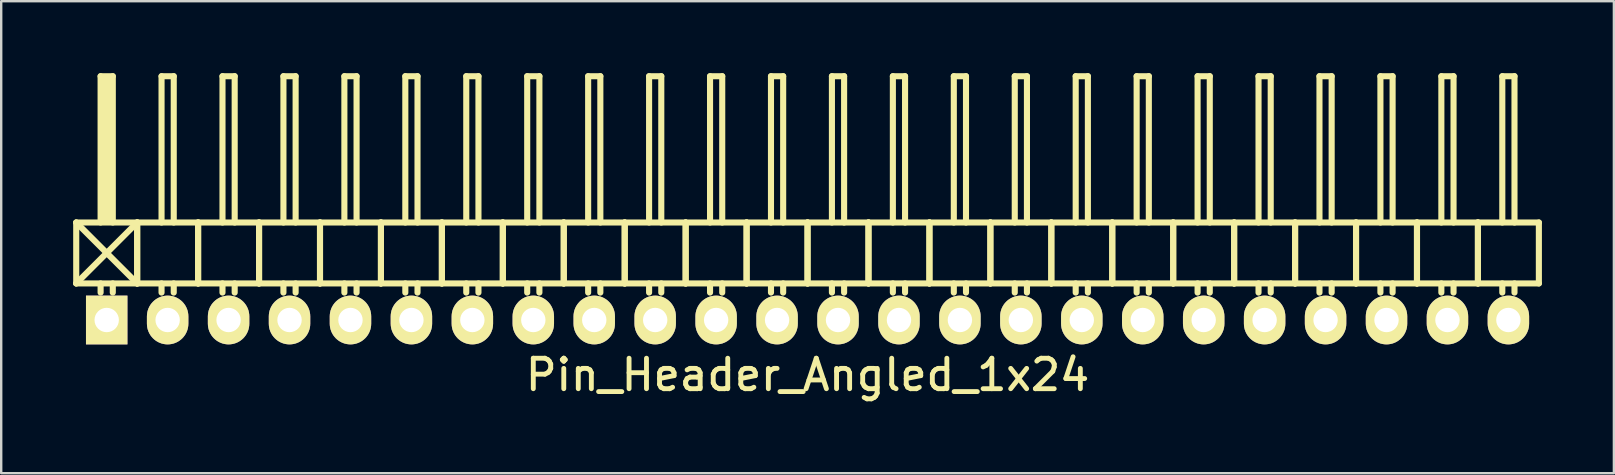
<source format=kicad_pcb>
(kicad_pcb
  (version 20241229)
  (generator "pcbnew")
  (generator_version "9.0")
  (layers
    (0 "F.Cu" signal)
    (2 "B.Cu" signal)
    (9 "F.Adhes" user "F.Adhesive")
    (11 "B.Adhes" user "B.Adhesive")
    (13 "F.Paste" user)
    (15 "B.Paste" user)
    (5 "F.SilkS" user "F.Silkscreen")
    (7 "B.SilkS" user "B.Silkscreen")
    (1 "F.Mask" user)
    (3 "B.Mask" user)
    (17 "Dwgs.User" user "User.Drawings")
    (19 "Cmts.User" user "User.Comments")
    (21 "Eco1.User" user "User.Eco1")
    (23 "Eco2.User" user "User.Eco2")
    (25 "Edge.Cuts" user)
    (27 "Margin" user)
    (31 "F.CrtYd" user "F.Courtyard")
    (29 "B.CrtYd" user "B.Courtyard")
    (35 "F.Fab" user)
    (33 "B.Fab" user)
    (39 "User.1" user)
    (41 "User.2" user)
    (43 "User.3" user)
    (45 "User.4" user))
  (footprint "Pin_Header_Angled_1x24"
    (layer "F.Cu")
    (at 30.607 10.287)
    (property "Reference" "Pin_Header_Angled_1x24" (at 0 2.286 0) (layer "F.SilkS") (effects (font (size 1.27 1.27) (thickness 0.203))))
    (attr through_hole)
    (fp_line (start -30.48 -4.064) (end -27.94 -1.524) (stroke (width 0.254) (type solid)) (layer "F.SilkS"))
    (fp_line (start -30.48 -1.524) (end -30.48 -4.064) (stroke (width 0.254) (type solid)) (layer "F.SilkS"))
    (fp_line (start -30.48 -1.524) (end -27.94 -1.524) (stroke (width 0.254) (type solid)) (layer "F.SilkS"))
    (fp_line (start -29.464 -10.16) (end -28.956 -10.16) (stroke (width 0.254) (type solid)) (layer "F.SilkS"))
    (fp_line (start -29.464 -4.064) (end -29.464 -10.16) (stroke (width 0.254) (type solid)) (layer "F.SilkS"))
    (fp_line (start -29.464 -1.524) (end -29.464 -1.143) (stroke (width 0.254) (type solid)) (layer "F.SilkS"))
    (fp_line (start -29.337 -10.033) (end -29.083 -10.033) (stroke (width 0.254) (type solid)) (layer "F.SilkS"))
    (fp_line (start -29.337 -4.191) (end -29.337 -10.033) (stroke (width 0.254) (type solid)) (layer "F.SilkS"))
    (fp_line (start -29.21 -4.191) (end -29.21 -10.033) (stroke (width 0.254) (type solid)) (layer "F.SilkS"))
    (fp_line (start -29.083 -10.033) (end -29.083 -4.191) (stroke (width 0.254) (type solid)) (layer "F.SilkS"))
    (fp_line (start -29.083 -4.191) (end -29.21 -4.191) (stroke (width 0.254) (type solid)) (layer "F.SilkS"))
    (fp_line (start -28.956 -10.16) (end -28.956 -4.064) (stroke (width 0.254) (type solid)) (layer "F.SilkS"))
    (fp_line (start -28.956 -1.524) (end -28.956 -1.143) (stroke (width 0.254) (type solid)) (layer "F.SilkS"))
    (fp_line (start -27.94 -4.064) (end -30.48 -4.064) (stroke (width 0.254) (type solid)) (layer "F.SilkS"))
    (fp_line (start -27.94 -4.064) (end -30.48 -1.524) (stroke (width 0.254) (type solid)) (layer "F.SilkS"))
    (fp_line (start -27.94 -1.524) (end -27.94 -4.064) (stroke (width 0.254) (type solid)) (layer "F.SilkS"))
    (fp_line (start -27.94 -1.524) (end -27.94 -4.064) (stroke (width 0.254) (type solid)) (layer "F.SilkS"))
    (fp_line (start -27.94 -1.524) (end -25.4 -1.524) (stroke (width 0.254) (type solid)) (layer "F.SilkS"))
    (fp_line (start -26.924 -10.16) (end -26.416 -10.16) (stroke (width 0.254) (type solid)) (layer "F.SilkS"))
    (fp_line (start -26.924 -4.064) (end -26.924 -10.16) (stroke (width 0.254) (type solid)) (layer "F.SilkS"))
    (fp_line (start -26.924 -1.524) (end -26.924 -1.143) (stroke (width 0.254) (type solid)) (layer "F.SilkS"))
    (fp_line (start -26.416 -10.16) (end -26.416 -4.064) (stroke (width 0.254) (type solid)) (layer "F.SilkS"))
    (fp_line (start -26.416 -1.524) (end -26.416 -1.143) (stroke (width 0.254) (type solid)) (layer "F.SilkS"))
    (fp_line (start -25.4 -4.064) (end -27.94 -4.064) (stroke (width 0.254) (type solid)) (layer "F.SilkS"))
    (fp_line (start -25.4 -1.524) (end -25.4 -4.064) (stroke (width 0.254) (type solid)) (layer "F.SilkS"))
    (fp_line (start -25.4 -1.524) (end -25.4 -4.064) (stroke (width 0.254) (type solid)) (layer "F.SilkS"))
    (fp_line (start -25.4 -1.524) (end -22.86 -1.524) (stroke (width 0.254) (type solid)) (layer "F.SilkS"))
    (fp_line (start -24.384 -10.16) (end -23.876 -10.16) (stroke (width 0.254) (type solid)) (layer "F.SilkS"))
    (fp_line (start -24.384 -4.064) (end -24.384 -10.16) (stroke (width 0.254) (type solid)) (layer "F.SilkS"))
    (fp_line (start -24.384 -1.524) (end -24.384 -1.143) (stroke (width 0.254) (type solid)) (layer "F.SilkS"))
    (fp_line (start -23.876 -10.16) (end -23.876 -4.064) (stroke (width 0.254) (type solid)) (layer "F.SilkS"))
    (fp_line (start -23.876 -1.524) (end -23.876 -1.143) (stroke (width 0.254) (type solid)) (layer "F.SilkS"))
    (fp_line (start -22.86 -4.064) (end -25.4 -4.064) (stroke (width 0.254) (type solid)) (layer "F.SilkS"))
    (fp_line (start -22.86 -1.524) (end -22.86 -4.064) (stroke (width 0.254) (type solid)) (layer "F.SilkS"))
    (fp_line (start -22.86 -1.524) (end -22.86 -4.064) (stroke (width 0.254) (type solid)) (layer "F.SilkS"))
    (fp_line (start -22.86 -1.524) (end -20.32 -1.524) (stroke (width 0.254) (type solid)) (layer "F.SilkS"))
    (fp_line (start -21.844 -10.16) (end -21.336 -10.16) (stroke (width 0.254) (type solid)) (layer "F.SilkS"))
    (fp_line (start -21.844 -4.064) (end -21.844 -10.16) (stroke (width 0.254) (type solid)) (layer "F.SilkS"))
    (fp_line (start -21.844 -1.524) (end -21.844 -1.143) (stroke (width 0.254) (type solid)) (layer "F.SilkS"))
    (fp_line (start -21.336 -10.16) (end -21.336 -4.064) (stroke (width 0.254) (type solid)) (layer "F.SilkS"))
    (fp_line (start -21.336 -1.524) (end -21.336 -1.143) (stroke (width 0.254) (type solid)) (layer "F.SilkS"))
    (fp_line (start -20.32 -4.064) (end -22.86 -4.064) (stroke (width 0.254) (type solid)) (layer "F.SilkS"))
    (fp_line (start -20.32 -1.524) (end -20.32 -4.064) (stroke (width 0.254) (type solid)) (layer "F.SilkS"))
    (fp_line (start -20.32 -1.524) (end -20.32 -4.064) (stroke (width 0.254) (type solid)) (layer "F.SilkS"))
    (fp_line (start -20.32 -1.524) (end -17.78 -1.524) (stroke (width 0.254) (type solid)) (layer "F.SilkS"))
    (fp_line (start -19.304 -10.16) (end -18.796 -10.16) (stroke (width 0.254) (type solid)) (layer "F.SilkS"))
    (fp_line (start -19.304 -4.064) (end -19.304 -10.16) (stroke (width 0.254) (type solid)) (layer "F.SilkS"))
    (fp_line (start -19.304 -1.524) (end -19.304 -1.143) (stroke (width 0.254) (type solid)) (layer "F.SilkS"))
    (fp_line (start -18.796 -10.16) (end -18.796 -4.064) (stroke (width 0.254) (type solid)) (layer "F.SilkS"))
    (fp_line (start -18.796 -1.524) (end -18.796 -1.143) (stroke (width 0.254) (type solid)) (layer "F.SilkS"))
    (fp_line (start -17.78 -4.064) (end -20.32 -4.064) (stroke (width 0.254) (type solid)) (layer "F.SilkS"))
    (fp_line (start -17.78 -1.524) (end -17.78 -4.064) (stroke (width 0.254) (type solid)) (layer "F.SilkS"))
    (fp_line (start -17.78 -1.524) (end -17.78 -4.064) (stroke (width 0.254) (type solid)) (layer "F.SilkS"))
    (fp_line (start -17.78 -1.524) (end -15.24 -1.524) (stroke (width 0.254) (type solid)) (layer "F.SilkS"))
    (fp_line (start -16.764 -10.16) (end -16.256 -10.16) (stroke (width 0.254) (type solid)) (layer "F.SilkS"))
    (fp_line (start -16.764 -4.064) (end -16.764 -10.16) (stroke (width 0.254) (type solid)) (layer "F.SilkS"))
    (fp_line (start -16.764 -1.524) (end -16.764 -1.143) (stroke (width 0.254) (type solid)) (layer "F.SilkS"))
    (fp_line (start -16.256 -10.16) (end -16.256 -4.064) (stroke (width 0.254) (type solid)) (layer "F.SilkS"))
    (fp_line (start -16.256 -1.524) (end -16.256 -1.143) (stroke (width 0.254) (type solid)) (layer "F.SilkS"))
    (fp_line (start -15.24 -4.064) (end -17.78 -4.064) (stroke (width 0.254) (type solid)) (layer "F.SilkS"))
    (fp_line (start -15.24 -1.524) (end -15.24 -4.064) (stroke (width 0.254) (type solid)) (layer "F.SilkS"))
    (fp_line (start -15.24 -1.524) (end -15.24 -4.064) (stroke (width 0.254) (type solid)) (layer "F.SilkS"))
    (fp_line (start -15.24 -1.524) (end -12.7 -1.524) (stroke (width 0.254) (type solid)) (layer "F.SilkS"))
    (fp_line (start -14.224 -10.16) (end -13.716 -10.16) (stroke (width 0.254) (type solid)) (layer "F.SilkS"))
    (fp_line (start -14.224 -4.064) (end -14.224 -10.16) (stroke (width 0.254) (type solid)) (layer "F.SilkS"))
    (fp_line (start -14.224 -1.524) (end -14.224 -1.143) (stroke (width 0.254) (type solid)) (layer "F.SilkS"))
    (fp_line (start -13.716 -10.16) (end -13.716 -4.064) (stroke (width 0.254) (type solid)) (layer "F.SilkS"))
    (fp_line (start -13.716 -1.524) (end -13.716 -1.143) (stroke (width 0.254) (type solid)) (layer "F.SilkS"))
    (fp_line (start -12.7 -4.064) (end -15.24 -4.064) (stroke (width 0.254) (type solid)) (layer "F.SilkS"))
    (fp_line (start -12.7 -1.524) (end -12.7 -4.064) (stroke (width 0.254) (type solid)) (layer "F.SilkS"))
    (fp_line (start -12.7 -1.524) (end -12.7 -4.064) (stroke (width 0.254) (type solid)) (layer "F.SilkS"))
    (fp_line (start -12.7 -1.524) (end -10.16 -1.524) (stroke (width 0.254) (type solid)) (layer "F.SilkS"))
    (fp_line (start -11.684 -10.16) (end -11.176 -10.16) (stroke (width 0.254) (type solid)) (layer "F.SilkS"))
    (fp_line (start -11.684 -4.064) (end -11.684 -10.16) (stroke (width 0.254) (type solid)) (layer "F.SilkS"))
    (fp_line (start -11.684 -1.524) (end -11.684 -1.143) (stroke (width 0.254) (type solid)) (layer "F.SilkS"))
    (fp_line (start -11.176 -10.16) (end -11.176 -4.064) (stroke (width 0.254) (type solid)) (layer "F.SilkS"))
    (fp_line (start -11.176 -1.524) (end -11.176 -1.143) (stroke (width 0.254) (type solid)) (layer "F.SilkS"))
    (fp_line (start -10.16 -4.064) (end -12.7 -4.064) (stroke (width 0.254) (type solid)) (layer "F.SilkS"))
    (fp_line (start -10.16 -1.524) (end -10.16 -4.064) (stroke (width 0.254) (type solid)) (layer "F.SilkS"))
    (fp_line (start -10.16 -1.524) (end -10.16 -4.064) (stroke (width 0.254) (type solid)) (layer "F.SilkS"))
    (fp_line (start -10.16 -1.524) (end -7.62 -1.524) (stroke (width 0.254) (type solid)) (layer "F.SilkS"))
    (fp_line (start -9.144 -10.16) (end -8.636 -10.16) (stroke (width 0.254) (type solid)) (layer "F.SilkS"))
    (fp_line (start -9.144 -4.064) (end -9.144 -10.16) (stroke (width 0.254) (type solid)) (layer "F.SilkS"))
    (fp_line (start -9.144 -1.524) (end -9.144 -1.143) (stroke (width 0.254) (type solid)) (layer "F.SilkS"))
    (fp_line (start -8.636 -10.16) (end -8.636 -4.064) (stroke (width 0.254) (type solid)) (layer "F.SilkS"))
    (fp_line (start -8.636 -1.524) (end -8.636 -1.143) (stroke (width 0.254) (type solid)) (layer "F.SilkS"))
    (fp_line (start -7.62 -4.064) (end -10.16 -4.064) (stroke (width 0.254) (type solid)) (layer "F.SilkS"))
    (fp_line (start -7.62 -1.524) (end -7.62 -4.064) (stroke (width 0.254) (type solid)) (layer "F.SilkS"))
    (fp_line (start -7.62 -1.524) (end -7.62 -4.064) (stroke (width 0.254) (type solid)) (layer "F.SilkS"))
    (fp_line (start -7.62 -1.524) (end -5.08 -1.524) (stroke (width 0.254) (type solid)) (layer "F.SilkS"))
    (fp_line (start -6.604 -10.16) (end -6.096 -10.16) (stroke (width 0.254) (type solid)) (layer "F.SilkS"))
    (fp_line (start -6.604 -4.064) (end -6.604 -10.16) (stroke (width 0.254) (type solid)) (layer "F.SilkS"))
    (fp_line (start -6.604 -1.524) (end -6.604 -1.143) (stroke (width 0.254) (type solid)) (layer "F.SilkS"))
    (fp_line (start -6.096 -10.16) (end -6.096 -4.064) (stroke (width 0.254) (type solid)) (layer "F.SilkS"))
    (fp_line (start -6.096 -1.524) (end -6.096 -1.143) (stroke (width 0.254) (type solid)) (layer "F.SilkS"))
    (fp_line (start -5.08 -4.064) (end -7.62 -4.064) (stroke (width 0.254) (type solid)) (layer "F.SilkS"))
    (fp_line (start -5.08 -1.524) (end -5.08 -4.064) (stroke (width 0.254) (type solid)) (layer "F.SilkS"))
    (fp_line (start -5.08 -1.524) (end -5.08 -4.064) (stroke (width 0.254) (type solid)) (layer "F.SilkS"))
    (fp_line (start -5.08 -1.524) (end -2.54 -1.524) (stroke (width 0.254) (type solid)) (layer "F.SilkS"))
    (fp_line (start -4.064 -10.16) (end -3.556 -10.16) (stroke (width 0.254) (type solid)) (layer "F.SilkS"))
    (fp_line (start -4.064 -4.064) (end -4.064 -10.16) (stroke (width 0.254) (type solid)) (layer "F.SilkS"))
    (fp_line (start -4.064 -1.524) (end -4.064 -1.143) (stroke (width 0.254) (type solid)) (layer "F.SilkS"))
    (fp_line (start -3.556 -10.16) (end -3.556 -4.064) (stroke (width 0.254) (type solid)) (layer "F.SilkS"))
    (fp_line (start -3.556 -1.524) (end -3.556 -1.143) (stroke (width 0.254) (type solid)) (layer "F.SilkS"))
    (fp_line (start -2.54 -4.064) (end -5.08 -4.064) (stroke (width 0.254) (type solid)) (layer "F.SilkS"))
    (fp_line (start -2.54 -1.524) (end -2.54 -4.064) (stroke (width 0.254) (type solid)) (layer "F.SilkS"))
    (fp_line (start -2.54 -1.524) (end -2.54 -4.064) (stroke (width 0.254) (type solid)) (layer "F.SilkS"))
    (fp_line (start -2.54 -1.524) (end 0 -1.524) (stroke (width 0.254) (type solid)) (layer "F.SilkS"))
    (fp_line (start -1.524 -10.16) (end -1.016 -10.16) (stroke (width 0.254) (type solid)) (layer "F.SilkS"))
    (fp_line (start -1.524 -4.064) (end -1.524 -10.16) (stroke (width 0.254) (type solid)) (layer "F.SilkS"))
    (fp_line (start -1.524 -1.524) (end -1.524 -1.143) (stroke (width 0.254) (type solid)) (layer "F.SilkS"))
    (fp_line (start -1.016 -10.16) (end -1.016 -4.064) (stroke (width 0.254) (type solid)) (layer "F.SilkS"))
    (fp_line (start -1.016 -1.524) (end -1.016 -1.143) (stroke (width 0.254) (type solid)) (layer "F.SilkS"))
    (fp_line (start 0 -4.064) (end -2.54 -4.064) (stroke (width 0.254) (type solid)) (layer "F.SilkS"))
    (fp_line (start 0 -1.524) (end 0 -4.064) (stroke (width 0.254) (type solid)) (layer "F.SilkS"))
    (fp_line (start 0 -1.524) (end 0 -4.064) (stroke (width 0.254) (type solid)) (layer "F.SilkS"))
    (fp_line (start 0 -1.524) (end 2.54 -1.524) (stroke (width 0.254) (type solid)) (layer "F.SilkS"))
    (fp_line (start 1.016 -10.16) (end 1.524 -10.16) (stroke (width 0.254) (type solid)) (layer "F.SilkS"))
    (fp_line (start 1.016 -4.064) (end 1.016 -10.16) (stroke (width 0.254) (type solid)) (layer "F.SilkS"))
    (fp_line (start 1.016 -1.524) (end 1.016 -1.143) (stroke (width 0.254) (type solid)) (layer "F.SilkS"))
    (fp_line (start 1.524 -10.16) (end 1.524 -4.064) (stroke (width 0.254) (type solid)) (layer "F.SilkS"))
    (fp_line (start 1.524 -1.524) (end 1.524 -1.143) (stroke (width 0.254) (type solid)) (layer "F.SilkS"))
    (fp_line (start 2.54 -4.064) (end 0 -4.064) (stroke (width 0.254) (type solid)) (layer "F.SilkS"))
    (fp_line (start 2.54 -1.524) (end 2.54 -4.064) (stroke (width 0.254) (type solid)) (layer "F.SilkS"))
    (fp_line (start 2.54 -1.524) (end 2.54 -4.064) (stroke (width 0.254) (type solid)) (layer "F.SilkS"))
    (fp_line (start 2.54 -1.524) (end 5.08 -1.524) (stroke (width 0.254) (type solid)) (layer "F.SilkS"))
    (fp_line (start 3.556 -10.16) (end 4.064 -10.16) (stroke (width 0.254) (type solid)) (layer "F.SilkS"))
    (fp_line (start 3.556 -4.064) (end 3.556 -10.16) (stroke (width 0.254) (type solid)) (layer "F.SilkS"))
    (fp_line (start 3.556 -1.524) (end 3.556 -1.143) (stroke (width 0.254) (type solid)) (layer "F.SilkS"))
    (fp_line (start 4.064 -10.16) (end 4.064 -4.064) (stroke (width 0.254) (type solid)) (layer "F.SilkS"))
    (fp_line (start 4.064 -1.524) (end 4.064 -1.143) (stroke (width 0.254) (type solid)) (layer "F.SilkS"))
    (fp_line (start 5.08 -4.064) (end 2.54 -4.064) (stroke (width 0.254) (type solid)) (layer "F.SilkS"))
    (fp_line (start 5.08 -1.524) (end 5.08 -4.064) (stroke (width 0.254) (type solid)) (layer "F.SilkS"))
    (fp_line (start 5.08 -1.524) (end 5.08 -4.064) (stroke (width 0.254) (type solid)) (layer "F.SilkS"))
    (fp_line (start 5.08 -1.524) (end 7.62 -1.524) (stroke (width 0.254) (type solid)) (layer "F.SilkS"))
    (fp_line (start 6.096 -10.16) (end 6.604 -10.16) (stroke (width 0.254) (type solid)) (layer "F.SilkS"))
    (fp_line (start 6.096 -4.064) (end 6.096 -10.16) (stroke (width 0.254) (type solid)) (layer "F.SilkS"))
    (fp_line (start 6.096 -1.524) (end 6.096 -1.143) (stroke (width 0.254) (type solid)) (layer "F.SilkS"))
    (fp_line (start 6.604 -10.16) (end 6.604 -4.064) (stroke (width 0.254) (type solid)) (layer "F.SilkS"))
    (fp_line (start 6.604 -1.524) (end 6.604 -1.143) (stroke (width 0.254) (type solid)) (layer "F.SilkS"))
    (fp_line (start 7.62 -4.064) (end 5.08 -4.064) (stroke (width 0.254) (type solid)) (layer "F.SilkS"))
    (fp_line (start 7.62 -1.524) (end 7.62 -4.064) (stroke (width 0.254) (type solid)) (layer "F.SilkS"))
    (fp_line (start 7.62 -1.524) (end 7.62 -4.064) (stroke (width 0.254) (type solid)) (layer "F.SilkS"))
    (fp_line (start 7.62 -1.524) (end 10.16 -1.524) (stroke (width 0.254) (type solid)) (layer "F.SilkS"))
    (fp_line (start 8.636 -10.16) (end 9.144 -10.16) (stroke (width 0.254) (type solid)) (layer "F.SilkS"))
    (fp_line (start 8.636 -4.064) (end 8.636 -10.16) (stroke (width 0.254) (type solid)) (layer "F.SilkS"))
    (fp_line (start 8.636 -1.524) (end 8.636 -1.143) (stroke (width 0.254) (type solid)) (layer "F.SilkS"))
    (fp_line (start 9.144 -10.16) (end 9.144 -4.064) (stroke (width 0.254) (type solid)) (layer "F.SilkS"))
    (fp_line (start 9.144 -1.524) (end 9.144 -1.143) (stroke (width 0.254) (type solid)) (layer "F.SilkS"))
    (fp_line (start 10.16 -4.064) (end 7.62 -4.064) (stroke (width 0.254) (type solid)) (layer "F.SilkS"))
    (fp_line (start 10.16 -1.524) (end 10.16 -4.064) (stroke (width 0.254) (type solid)) (layer "F.SilkS"))
    (fp_line (start 10.16 -1.524) (end 10.16 -4.064) (stroke (width 0.254) (type solid)) (layer "F.SilkS"))
    (fp_line (start 10.16 -1.524) (end 12.7 -1.524) (stroke (width 0.254) (type solid)) (layer "F.SilkS"))
    (fp_line (start 11.176 -10.16) (end 11.684 -10.16) (stroke (width 0.254) (type solid)) (layer "F.SilkS"))
    (fp_line (start 11.176 -4.064) (end 11.176 -10.16) (stroke (width 0.254) (type solid)) (layer "F.SilkS"))
    (fp_line (start 11.176 -1.524) (end 11.176 -1.143) (stroke (width 0.254) (type solid)) (layer "F.SilkS"))
    (fp_line (start 11.684 -10.16) (end 11.684 -4.064) (stroke (width 0.254) (type solid)) (layer "F.SilkS"))
    (fp_line (start 11.684 -1.524) (end 11.684 -1.143) (stroke (width 0.254) (type solid)) (layer "F.SilkS"))
    (fp_line (start 12.7 -4.064) (end 10.16 -4.064) (stroke (width 0.254) (type solid)) (layer "F.SilkS"))
    (fp_line (start 12.7 -1.524) (end 12.7 -4.064) (stroke (width 0.254) (type solid)) (layer "F.SilkS"))
    (fp_line (start 12.7 -1.524) (end 12.7 -4.064) (stroke (width 0.254) (type solid)) (layer "F.SilkS"))
    (fp_line (start 12.7 -1.524) (end 15.24 -1.524) (stroke (width 0.254) (type solid)) (layer "F.SilkS"))
    (fp_line (start 13.716 -10.16) (end 14.224 -10.16) (stroke (width 0.254) (type solid)) (layer "F.SilkS"))
    (fp_line (start 13.716 -4.064) (end 13.716 -10.16) (stroke (width 0.254) (type solid)) (layer "F.SilkS"))
    (fp_line (start 13.716 -1.524) (end 13.716 -1.143) (stroke (width 0.254) (type solid)) (layer "F.SilkS"))
    (fp_line (start 14.224 -10.16) (end 14.224 -4.064) (stroke (width 0.254) (type solid)) (layer "F.SilkS"))
    (fp_line (start 14.224 -1.524) (end 14.224 -1.143) (stroke (width 0.254) (type solid)) (layer "F.SilkS"))
    (fp_line (start 15.24 -4.064) (end 12.7 -4.064) (stroke (width 0.254) (type solid)) (layer "F.SilkS"))
    (fp_line (start 15.24 -1.524) (end 15.24 -4.064) (stroke (width 0.254) (type solid)) (layer "F.SilkS"))
    (fp_line (start 15.24 -1.524) (end 15.24 -4.064) (stroke (width 0.254) (type solid)) (layer "F.SilkS"))
    (fp_line (start 15.24 -1.524) (end 17.78 -1.524) (stroke (width 0.254) (type solid)) (layer "F.SilkS"))
    (fp_line (start 16.256 -10.16) (end 16.764 -10.16) (stroke (width 0.254) (type solid)) (layer "F.SilkS"))
    (fp_line (start 16.256 -4.064) (end 16.256 -10.16) (stroke (width 0.254) (type solid)) (layer "F.SilkS"))
    (fp_line (start 16.256 -1.524) (end 16.256 -1.143) (stroke (width 0.254) (type solid)) (layer "F.SilkS"))
    (fp_line (start 16.764 -10.16) (end 16.764 -4.064) (stroke (width 0.254) (type solid)) (layer "F.SilkS"))
    (fp_line (start 16.764 -1.524) (end 16.764 -1.143) (stroke (width 0.254) (type solid)) (layer "F.SilkS"))
    (fp_line (start 17.78 -4.064) (end 15.24 -4.064) (stroke (width 0.254) (type solid)) (layer "F.SilkS"))
    (fp_line (start 17.78 -1.524) (end 17.78 -4.064) (stroke (width 0.254) (type solid)) (layer "F.SilkS"))
    (fp_line (start 17.78 -1.524) (end 17.78 -4.064) (stroke (width 0.254) (type solid)) (layer "F.SilkS"))
    (fp_line (start 17.78 -1.524) (end 20.32 -1.524) (stroke (width 0.254) (type solid)) (layer "F.SilkS"))
    (fp_line (start 18.796 -10.16) (end 19.304 -10.16) (stroke (width 0.254) (type solid)) (layer "F.SilkS"))
    (fp_line (start 18.796 -4.064) (end 18.796 -10.16) (stroke (width 0.254) (type solid)) (layer "F.SilkS"))
    (fp_line (start 18.796 -1.524) (end 18.796 -1.143) (stroke (width 0.254) (type solid)) (layer "F.SilkS"))
    (fp_line (start 19.304 -10.16) (end 19.304 -4.064) (stroke (width 0.254) (type solid)) (layer "F.SilkS"))
    (fp_line (start 19.304 -1.524) (end 19.304 -1.143) (stroke (width 0.254) (type solid)) (layer "F.SilkS"))
    (fp_line (start 20.32 -4.064) (end 17.78 -4.064) (stroke (width 0.254) (type solid)) (layer "F.SilkS"))
    (fp_line (start 20.32 -1.524) (end 20.32 -4.064) (stroke (width 0.254) (type solid)) (layer "F.SilkS"))
    (fp_line (start 20.32 -1.524) (end 20.32 -4.064) (stroke (width 0.254) (type solid)) (layer "F.SilkS"))
    (fp_line (start 20.32 -1.524) (end 22.86 -1.524) (stroke (width 0.254) (type solid)) (layer "F.SilkS"))
    (fp_line (start 21.336 -10.16) (end 21.844 -10.16) (stroke (width 0.254) (type solid)) (layer "F.SilkS"))
    (fp_line (start 21.336 -4.064) (end 21.336 -10.16) (stroke (width 0.254) (type solid)) (layer "F.SilkS"))
    (fp_line (start 21.336 -1.524) (end 21.336 -1.143) (stroke (width 0.254) (type solid)) (layer "F.SilkS"))
    (fp_line (start 21.844 -10.16) (end 21.844 -4.064) (stroke (width 0.254) (type solid)) (layer "F.SilkS"))
    (fp_line (start 21.844 -1.524) (end 21.844 -1.143) (stroke (width 0.254) (type solid)) (layer "F.SilkS"))
    (fp_line (start 22.86 -4.064) (end 20.32 -4.064) (stroke (width 0.254) (type solid)) (layer "F.SilkS"))
    (fp_line (start 22.86 -1.524) (end 22.86 -4.064) (stroke (width 0.254) (type solid)) (layer "F.SilkS"))
    (fp_line (start 22.86 -1.524) (end 22.86 -4.064) (stroke (width 0.254) (type solid)) (layer "F.SilkS"))
    (fp_line (start 22.86 -1.524) (end 25.4 -1.524) (stroke (width 0.254) (type solid)) (layer "F.SilkS"))
    (fp_line (start 23.876 -10.16) (end 24.384 -10.16) (stroke (width 0.254) (type solid)) (layer "F.SilkS"))
    (fp_line (start 23.876 -4.064) (end 23.876 -10.16) (stroke (width 0.254) (type solid)) (layer "F.SilkS"))
    (fp_line (start 23.876 -1.524) (end 23.876 -1.143) (stroke (width 0.254) (type solid)) (layer "F.SilkS"))
    (fp_line (start 24.384 -10.16) (end 24.384 -4.064) (stroke (width 0.254) (type solid)) (layer "F.SilkS"))
    (fp_line (start 24.384 -1.524) (end 24.384 -1.143) (stroke (width 0.254) (type solid)) (layer "F.SilkS"))
    (fp_line (start 25.4 -4.064) (end 22.86 -4.064) (stroke (width 0.254) (type solid)) (layer "F.SilkS"))
    (fp_line (start 25.4 -1.524) (end 25.4 -4.064) (stroke (width 0.254) (type solid)) (layer "F.SilkS"))
    (fp_line (start 25.4 -1.524) (end 25.4 -4.064) (stroke (width 0.254) (type solid)) (layer "F.SilkS"))
    (fp_line (start 25.4 -1.524) (end 27.94 -1.524) (stroke (width 0.254) (type solid)) (layer "F.SilkS"))
    (fp_line (start 26.416 -10.16) (end 26.924 -10.16) (stroke (width 0.254) (type solid)) (layer "F.SilkS"))
    (fp_line (start 26.416 -4.064) (end 26.416 -10.16) (stroke (width 0.254) (type solid)) (layer "F.SilkS"))
    (fp_line (start 26.416 -1.524) (end 26.416 -1.143) (stroke (width 0.254) (type solid)) (layer "F.SilkS"))
    (fp_line (start 26.924 -10.16) (end 26.924 -4.064) (stroke (width 0.254) (type solid)) (layer "F.SilkS"))
    (fp_line (start 26.924 -1.524) (end 26.924 -1.143) (stroke (width 0.254) (type solid)) (layer "F.SilkS"))
    (fp_line (start 27.94 -4.064) (end 25.4 -4.064) (stroke (width 0.254) (type solid)) (layer "F.SilkS"))
    (fp_line (start 27.94 -1.524) (end 27.94 -4.064) (stroke (width 0.254) (type solid)) (layer "F.SilkS"))
    (fp_line (start 27.94 -1.524) (end 27.94 -4.064) (stroke (width 0.254) (type solid)) (layer "F.SilkS"))
    (fp_line (start 27.94 -1.524) (end 30.48 -1.524) (stroke (width 0.254) (type solid)) (layer "F.SilkS"))
    (fp_line (start 28.956 -10.16) (end 29.464 -10.16) (stroke (width 0.254) (type solid)) (layer "F.SilkS"))
    (fp_line (start 28.956 -4.064) (end 28.956 -10.16) (stroke (width 0.254) (type solid)) (layer "F.SilkS"))
    (fp_line (start 28.956 -1.524) (end 28.956 -1.143) (stroke (width 0.254) (type solid)) (layer "F.SilkS"))
    (fp_line (start 29.464 -10.16) (end 29.464 -4.064) (stroke (width 0.254) (type solid)) (layer "F.SilkS"))
    (fp_line (start 29.464 -1.524) (end 29.464 -1.143) (stroke (width 0.254) (type solid)) (layer "F.SilkS"))
    (fp_line (start 30.48 -4.064) (end 27.94 -4.064) (stroke (width 0.254) (type solid)) (layer "F.SilkS"))
    (fp_line (start 30.48 -1.524) (end 30.48 -4.064) (stroke (width 0.254) (type solid)) (layer "F.SilkS"))
    (pad "1" thru_hole rect (at -29.21 0) (size 1.727 2.032) (drill 1.016) (layers "*.Cu" "*.Mask" "F.SilkS"))
    (pad "2" thru_hole oval (at -26.67 0) (size 1.727 2.032) (drill 1.016) (layers "*.Cu" "*.Mask" "F.SilkS"))
    (pad "3" thru_hole oval (at -24.13 0) (size 1.727 2.032) (drill 1.016) (layers "*.Cu" "*.Mask" "F.SilkS"))
    (pad "4" thru_hole oval (at -21.59 0) (size 1.727 2.032) (drill 1.016) (layers "*.Cu" "*.Mask" "F.SilkS"))
    (pad "5" thru_hole oval (at -19.05 0) (size 1.727 2.032) (drill 1.016) (layers "*.Cu" "*.Mask" "F.SilkS"))
    (pad "6" thru_hole oval (at -16.51 0) (size 1.727 2.032) (drill 1.016) (layers "*.Cu" "*.Mask" "F.SilkS"))
    (pad "7" thru_hole oval (at -13.97 0) (size 1.727 2.032) (drill 1.016) (layers "*.Cu" "*.Mask" "F.SilkS"))
    (pad "8" thru_hole oval (at -11.43 0) (size 1.727 2.032) (drill 1.016) (layers "*.Cu" "*.Mask" "F.SilkS"))
    (pad "9" thru_hole oval (at -8.89 0) (size 1.727 2.032) (drill 1.016) (layers "*.Cu" "*.Mask" "F.SilkS"))
    (pad "10" thru_hole oval (at -6.35 0) (size 1.727 2.032) (drill 1.016) (layers "*.Cu" "*.Mask" "F.SilkS"))
    (pad "11" thru_hole oval (at -3.81 0) (size 1.727 2.032) (drill 1.016) (layers "*.Cu" "*.Mask" "F.SilkS"))
    (pad "12" thru_hole oval (at -1.27 0) (size 1.727 2.032) (drill 1.016) (layers "*.Cu" "*.Mask" "F.SilkS"))
    (pad "13" thru_hole oval (at 1.27 0) (size 1.727 2.032) (drill 1.016) (layers "*.Cu" "*.Mask" "F.SilkS"))
    (pad "14" thru_hole oval (at 3.81 0) (size 1.727 2.032) (drill 1.016) (layers "*.Cu" "*.Mask" "F.SilkS"))
    (pad "15" thru_hole oval (at 6.35 0) (size 1.727 2.032) (drill 1.016) (layers "*.Cu" "*.Mask" "F.SilkS"))
    (pad "16" thru_hole oval (at 8.89 0) (size 1.727 2.032) (drill 1.016) (layers "*.Cu" "*.Mask" "F.SilkS"))
    (pad "17" thru_hole oval (at 11.43 0) (size 1.727 2.032) (drill 1.016) (layers "*.Cu" "*.Mask" "F.SilkS"))
    (pad "18" thru_hole oval (at 13.97 0) (size 1.727 2.032) (drill 1.016) (layers "*.Cu" "*.Mask" "F.SilkS"))
    (pad "19" thru_hole oval (at 16.51 0) (size 1.727 2.032) (drill 1.016) (layers "*.Cu" "*.Mask" "F.SilkS"))
    (pad "20" thru_hole oval (at 19.05 0) (size 1.727 2.032) (drill 1.016) (layers "*.Cu" "*.Mask" "F.SilkS"))
    (pad "21" thru_hole oval (at 21.59 0) (size 1.727 2.032) (drill 1.016) (layers "*.Cu" "*.Mask" "F.SilkS"))
    (pad "22" thru_hole oval (at 24.13 0) (size 1.727 2.032) (drill 1.016) (layers "*.Cu" "*.Mask" "F.SilkS"))
    (pad "23" thru_hole oval (at 26.67 0) (size 1.727 2.032) (drill 1.016) (layers "*.Cu" "*.Mask" "F.SilkS"))
    (pad "24" thru_hole oval (at 29.21 0) (size 1.727 2.032) (drill 1.016) (layers "*.Cu" "*.Mask" "F.SilkS")))
  (gr_rect
    (start -3 -3)
    (end 64.214 16.673)
    (stroke (width 0.1) (type default))
    (fill no)
    (layer "Edge.Cuts")))
</source>
